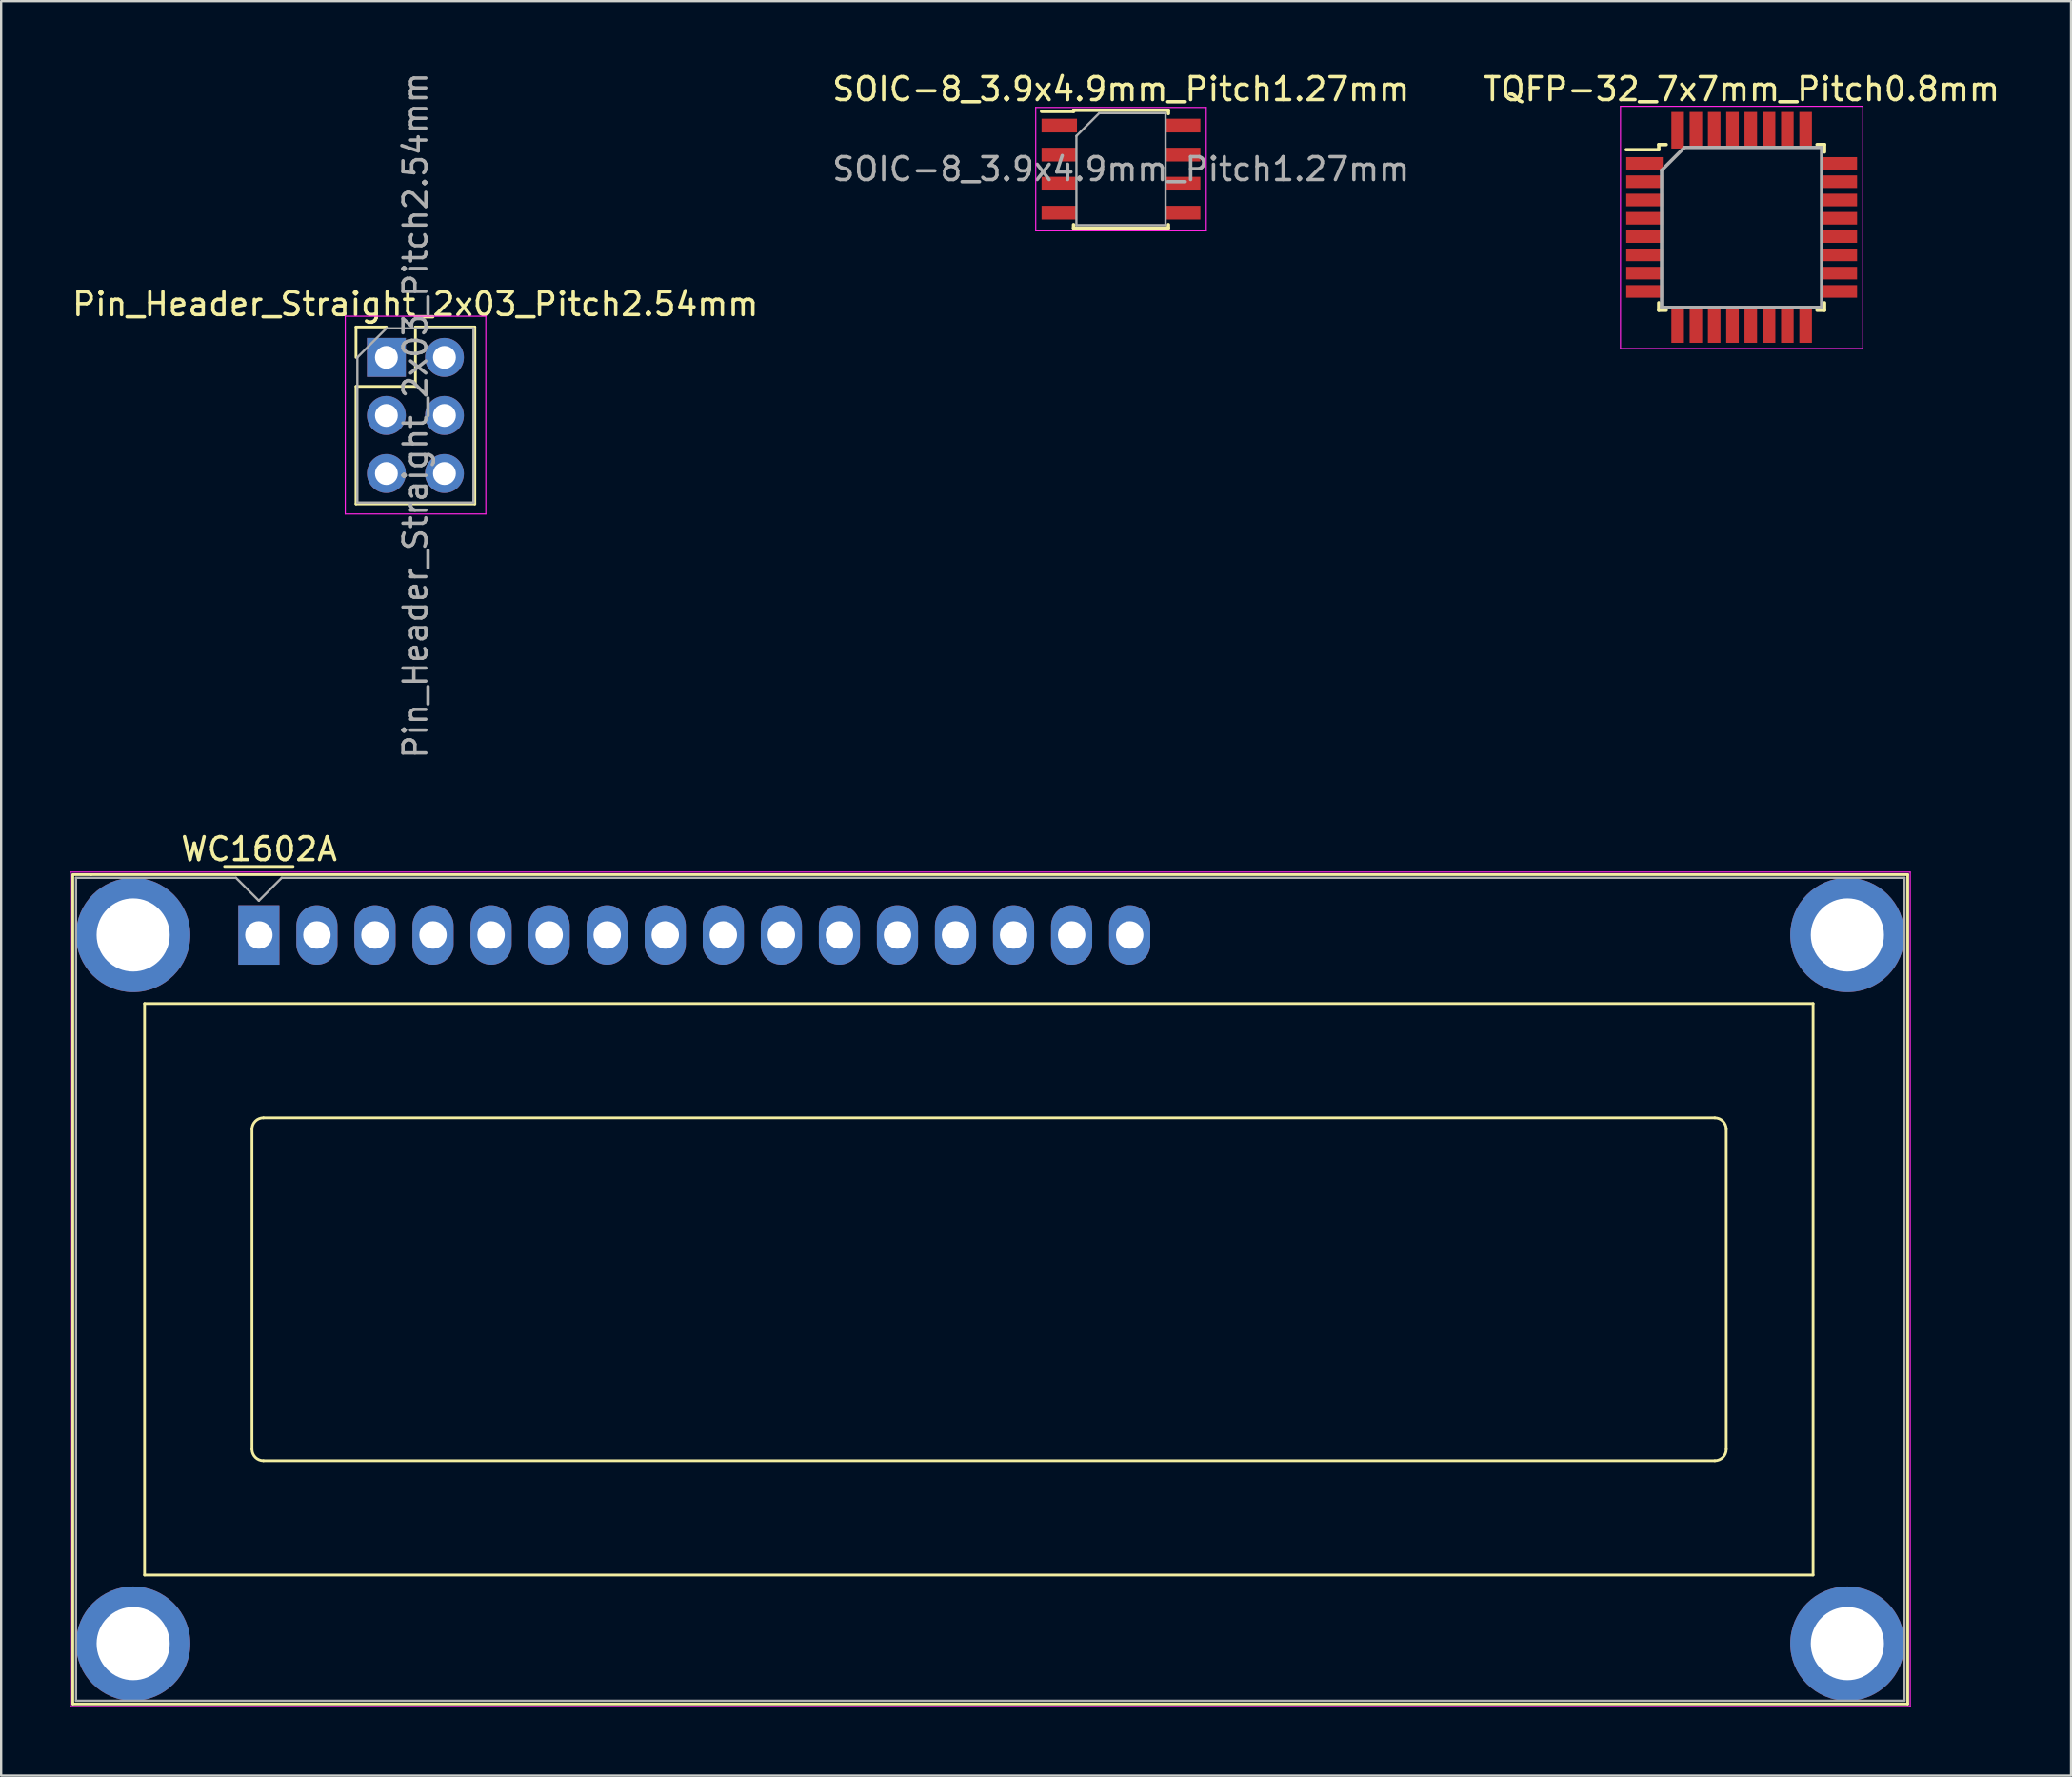
<source format=kicad_pcb>
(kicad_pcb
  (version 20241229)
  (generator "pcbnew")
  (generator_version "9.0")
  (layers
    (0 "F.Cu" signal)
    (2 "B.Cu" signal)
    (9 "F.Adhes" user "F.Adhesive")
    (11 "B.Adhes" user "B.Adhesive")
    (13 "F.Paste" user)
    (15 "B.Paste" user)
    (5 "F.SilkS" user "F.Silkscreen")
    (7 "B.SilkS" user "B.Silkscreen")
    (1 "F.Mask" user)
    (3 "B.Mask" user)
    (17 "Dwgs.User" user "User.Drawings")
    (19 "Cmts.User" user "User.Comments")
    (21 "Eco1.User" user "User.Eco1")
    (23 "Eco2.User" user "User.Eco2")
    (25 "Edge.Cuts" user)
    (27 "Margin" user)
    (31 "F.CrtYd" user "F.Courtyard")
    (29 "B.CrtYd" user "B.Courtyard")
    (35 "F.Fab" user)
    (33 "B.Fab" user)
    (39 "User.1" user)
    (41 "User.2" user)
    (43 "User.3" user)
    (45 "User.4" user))
  (footprint "TQFP-32_7x7mm_Pitch0.8mm"
    (layer "F.Cu")
    (at 73.149 6.898)
    (property "Reference" "TQFP-32_7x7mm_Pitch0.8mm" (at 0 -6.05 0) (layer "F.SilkS") (effects (font (size 1 1) (thickness 0.15))))
    (attr smd)
    (fp_line (start -3.625 -3.625) (end -3.625 -3.4) (stroke (width 0.15) (type solid)) (layer "F.SilkS"))
    (fp_line (start -3.625 -3.625) (end -3.3 -3.625) (stroke (width 0.15) (type solid)) (layer "F.SilkS"))
    (fp_line (start -3.625 -3.4) (end -5.05 -3.4) (stroke (width 0.15) (type solid)) (layer "F.SilkS"))
    (fp_line (start -3.625 3.625) (end -3.625 3.3) (stroke (width 0.15) (type solid)) (layer "F.SilkS"))
    (fp_line (start -3.625 3.625) (end -3.3 3.625) (stroke (width 0.15) (type solid)) (layer "F.SilkS"))
    (fp_line (start 3.625 -3.625) (end 3.3 -3.625) (stroke (width 0.15) (type solid)) (layer "F.SilkS"))
    (fp_line (start 3.625 -3.625) (end 3.625 -3.3) (stroke (width 0.15) (type solid)) (layer "F.SilkS"))
    (fp_line (start 3.625 3.625) (end 3.3 3.625) (stroke (width 0.15) (type solid)) (layer "F.SilkS"))
    (fp_line (start 3.625 3.625) (end 3.625 3.3) (stroke (width 0.15) (type solid)) (layer "F.SilkS"))
    (fp_line (start -5.3 -5.3) (end -5.3 5.3) (stroke (width 0.05) (type solid)) (layer "F.CrtYd"))
    (fp_line (start -5.3 -5.3) (end 5.3 -5.3) (stroke (width 0.05) (type solid)) (layer "F.CrtYd"))
    (fp_line (start -5.3 5.3) (end 5.3 5.3) (stroke (width 0.05) (type solid)) (layer "F.CrtYd"))
    (fp_line (start 5.3 -5.3) (end 5.3 5.3) (stroke (width 0.05) (type solid)) (layer "F.CrtYd"))
    (fp_line (start -3.5 -2.5) (end -2.5 -3.5) (stroke (width 0.15) (type solid)) (layer "F.Fab"))
    (fp_line (start -3.5 3.5) (end -3.5 -2.5) (stroke (width 0.15) (type solid)) (layer "F.Fab"))
    (fp_line (start -2.5 -3.5) (end 3.5 -3.5) (stroke (width 0.15) (type solid)) (layer "F.Fab"))
    (fp_line (start 3.5 -3.5) (end 3.5 3.5) (stroke (width 0.15) (type solid)) (layer "F.Fab"))
    (fp_line (start 3.5 3.5) (end -3.5 3.5) (stroke (width 0.15) (type solid)) (layer "F.Fab"))
    (pad "1" smd rect (at -4.25 -2.8) (size 1.6 0.55) (layers "F.Cu" "F.Mask" "F.Paste"))
    (pad "2" smd rect (at -4.25 -2) (size 1.6 0.55) (layers "F.Cu" "F.Mask" "F.Paste"))
    (pad "3" smd rect (at -4.25 -1.2) (size 1.6 0.55) (layers "F.Cu" "F.Mask" "F.Paste"))
    (pad "4" smd rect (at -4.25 -0.4) (size 1.6 0.55) (layers "F.Cu" "F.Mask" "F.Paste"))
    (pad "5" smd rect (at -4.25 0.4) (size 1.6 0.55) (layers "F.Cu" "F.Mask" "F.Paste"))
    (pad "6" smd rect (at -4.25 1.2) (size 1.6 0.55) (layers "F.Cu" "F.Mask" "F.Paste"))
    (pad "7" smd rect (at -4.25 2) (size 1.6 0.55) (layers "F.Cu" "F.Mask" "F.Paste"))
    (pad "8" smd rect (at -4.25 2.8) (size 1.6 0.55) (layers "F.Cu" "F.Mask" "F.Paste"))
    (pad "9" smd rect (at -2.8 4.25 90) (size 1.6 0.55) (layers "F.Cu" "F.Mask" "F.Paste"))
    (pad "10" smd rect (at -2 4.25 90) (size 1.6 0.55) (layers "F.Cu" "F.Mask" "F.Paste"))
    (pad "11" smd rect (at -1.2 4.25 90) (size 1.6 0.55) (layers "F.Cu" "F.Mask" "F.Paste"))
    (pad "12" smd rect (at -0.4 4.25 90) (size 1.6 0.55) (layers "F.Cu" "F.Mask" "F.Paste"))
    (pad "13" smd rect (at 0.4 4.25 90) (size 1.6 0.55) (layers "F.Cu" "F.Mask" "F.Paste"))
    (pad "14" smd rect (at 1.2 4.25 90) (size 1.6 0.55) (layers "F.Cu" "F.Mask" "F.Paste"))
    (pad "15" smd rect (at 2 4.25 90) (size 1.6 0.55) (layers "F.Cu" "F.Mask" "F.Paste"))
    (pad "16" smd rect (at 2.8 4.25 90) (size 1.6 0.55) (layers "F.Cu" "F.Mask" "F.Paste"))
    (pad "17" smd rect (at 4.25 2.8) (size 1.6 0.55) (layers "F.Cu" "F.Mask" "F.Paste"))
    (pad "18" smd rect (at 4.25 2) (size 1.6 0.55) (layers "F.Cu" "F.Mask" "F.Paste"))
    (pad "19" smd rect (at 4.25 1.2) (size 1.6 0.55) (layers "F.Cu" "F.Mask" "F.Paste"))
    (pad "20" smd rect (at 4.25 0.4) (size 1.6 0.55) (layers "F.Cu" "F.Mask" "F.Paste"))
    (pad "21" smd rect (at 4.25 -0.4) (size 1.6 0.55) (layers "F.Cu" "F.Mask" "F.Paste"))
    (pad "22" smd rect (at 4.25 -1.2) (size 1.6 0.55) (layers "F.Cu" "F.Mask" "F.Paste"))
    (pad "23" smd rect (at 4.25 -2) (size 1.6 0.55) (layers "F.Cu" "F.Mask" "F.Paste"))
    (pad "24" smd rect (at 4.25 -2.8) (size 1.6 0.55) (layers "F.Cu" "F.Mask" "F.Paste"))
    (pad "25" smd rect (at 2.8 -4.25 90) (size 1.6 0.55) (layers "F.Cu" "F.Mask" "F.Paste"))
    (pad "26" smd rect (at 2 -4.25 90) (size 1.6 0.55) (layers "F.Cu" "F.Mask" "F.Paste"))
    (pad "27" smd rect (at 1.2 -4.25 90) (size 1.6 0.55) (layers "F.Cu" "F.Mask" "F.Paste"))
    (pad "28" smd rect (at 0.4 -4.25 90) (size 1.6 0.55) (layers "F.Cu" "F.Mask" "F.Paste"))
    (pad "29" smd rect (at -0.4 -4.25 90) (size 1.6 0.55) (layers "F.Cu" "F.Mask" "F.Paste"))
    (pad "30" smd rect (at -1.2 -4.25 90) (size 1.6 0.55) (layers "F.Cu" "F.Mask" "F.Paste"))
    (pad "31" smd rect (at -2 -4.25 90) (size 1.6 0.55) (layers "F.Cu" "F.Mask" "F.Paste"))
    (pad "32" smd rect (at -2.8 -4.25 90) (size 1.6 0.55) (layers "F.Cu" "F.Mask" "F.Paste")))
  (footprint "Pin_Header_Straight_2x03_Pitch2.54mm"
    (layer "F.Cu")
    (at 13.855 12.585)
    (property "Reference" "Pin_Header_Straight_2x03_Pitch2.54mm" (at 1.27 -2.33 0) (layer "F.SilkS") (effects (font (size 1 1) (thickness 0.15))))
    (attr through_hole)
    (fp_line (start -1.33 -1.33) (end 0 -1.33) (stroke (width 0.12) (type solid)) (layer "F.SilkS"))
    (fp_line (start -1.33 0) (end -1.33 -1.33) (stroke (width 0.12) (type solid)) (layer "F.SilkS"))
    (fp_line (start -1.33 1.27) (end -1.33 6.41) (stroke (width 0.12) (type solid)) (layer "F.SilkS"))
    (fp_line (start -1.33 1.27) (end 1.27 1.27) (stroke (width 0.12) (type solid)) (layer "F.SilkS"))
    (fp_line (start -1.33 6.41) (end 3.87 6.41) (stroke (width 0.12) (type solid)) (layer "F.SilkS"))
    (fp_line (start 1.27 -1.33) (end 3.87 -1.33) (stroke (width 0.12) (type solid)) (layer "F.SilkS"))
    (fp_line (start 1.27 1.27) (end 1.27 -1.33) (stroke (width 0.12) (type solid)) (layer "F.SilkS"))
    (fp_line (start 3.87 -1.33) (end 3.87 6.41) (stroke (width 0.12) (type solid)) (layer "F.SilkS"))
    (fp_line (start -1.8 -1.8) (end -1.8 6.85) (stroke (width 0.05) (type solid)) (layer "F.CrtYd"))
    (fp_line (start -1.8 6.85) (end 4.35 6.85) (stroke (width 0.05) (type solid)) (layer "F.CrtYd"))
    (fp_line (start 4.35 -1.8) (end -1.8 -1.8) (stroke (width 0.05) (type solid)) (layer "F.CrtYd"))
    (fp_line (start 4.35 6.85) (end 4.35 -1.8) (stroke (width 0.05) (type solid)) (layer "F.CrtYd"))
    (fp_line (start -1.27 0) (end 0 -1.27) (stroke (width 0.1) (type solid)) (layer "F.Fab"))
    (fp_line (start -1.27 6.35) (end -1.27 0) (stroke (width 0.1) (type solid)) (layer "F.Fab"))
    (fp_line (start 0 -1.27) (end 3.81 -1.27) (stroke (width 0.1) (type solid)) (layer "F.Fab"))
    (fp_line (start 3.81 -1.27) (end 3.81 6.35) (stroke (width 0.1) (type solid)) (layer "F.Fab"))
    (fp_line (start 3.81 6.35) (end -1.27 6.35) (stroke (width 0.1) (type solid)) (layer "F.Fab"))
    (fp_text user "${REFERENCE}" (at 1.27 2.54 90) (layer "F.Fab") (effects (font (size 1 1) (thickness 0.15))))
    (pad "1" thru_hole rect (at 0 0) (size 1.7 1.7) (drill 1) (layers "*.Cu" "*.Mask"))
    (pad "2" thru_hole oval (at 2.54 0) (size 1.7 1.7) (drill 1) (layers "*.Cu" "*.Mask"))
    (pad "3" thru_hole oval (at 0 2.54) (size 1.7 1.7) (drill 1) (layers "*.Cu" "*.Mask"))
    (pad "4" thru_hole oval (at 2.54 2.54) (size 1.7 1.7) (drill 1) (layers "*.Cu" "*.Mask"))
    (pad "5" thru_hole oval (at 0 5.08) (size 1.7 1.7) (drill 1) (layers "*.Cu" "*.Mask"))
    (pad "6" thru_hole oval (at 2.54 5.08) (size 1.7 1.7) (drill 1) (layers "*.Cu" "*.Mask")))
  (footprint "WC1602A"
    (layer "F.Cu")
    (at 8.275 37.853)
    (property "Reference" "WC1602A" (at 0.01 -3.755 0) (layer "F.SilkS") (effects (font (size 1 1) (thickness 0.15))))
    (attr through_hole)
    (fp_line (start -8.14 -2.64) (end -8.14 33.64) (stroke (width 0.12) (type solid)) (layer "F.SilkS"))
    (fp_line (start -8.14 33.64) (end 72.14 33.64) (stroke (width 0.12) (type solid)) (layer "F.SilkS"))
    (fp_line (start -8.13 -2.64) (end -7.34 -2.64) (stroke (width 0.12) (type solid)) (layer "F.SilkS"))
    (fp_line (start -5 3) (end 68 3) (stroke (width 0.12) (type solid)) (layer "F.SilkS"))
    (fp_line (start -5 28) (end -5 3) (stroke (width 0.12) (type solid)) (layer "F.SilkS"))
    (fp_line (start -1.5 -3) (end 1.5 -3) (stroke (width 0.12) (type solid)) (layer "F.SilkS"))
    (fp_line (start -0.3 22.499) (end -0.3 8.5) (stroke (width 0.12) (type solid)) (layer "F.SilkS"))
    (fp_line (start 0.2 8) (end 63.7 8) (stroke (width 0.12) (type solid)) (layer "F.SilkS"))
    (fp_line (start 63.701 23) (end 0.2 23) (stroke (width 0.12) (type solid)) (layer "F.SilkS"))
    (fp_line (start 64.2 8.5) (end 64.2 22.5) (stroke (width 0.12) (type solid)) (layer "F.SilkS"))
    (fp_line (start 68 3) (end 68 28) (stroke (width 0.12) (type solid)) (layer "F.SilkS"))
    (fp_line (start 68 28) (end -5 28) (stroke (width 0.12) (type solid)) (layer "F.SilkS"))
    (fp_line (start 72.14 -2.64) (end -7.34 -2.64) (stroke (width 0.12) (type solid)) (layer "F.SilkS"))
    (fp_line (start 72.14 33.64) (end 72.14 -2.64) (stroke (width 0.12) (type solid)) (layer "F.SilkS"))
    (fp_arc (start -0.29972 8.49884) (mid -0.153162 8.145018) (end 0.20066 7.99846) (stroke (width 0.12) (type solid)) (layer "F.SilkS"))
    (fp_arc (start 0.20066 22.9997) (mid -0.153162 22.853142) (end -0.29972 22.49932) (stroke (width 0.12) (type solid)) (layer "F.SilkS"))
    (fp_arc (start 63.7 8) (mid 64.053553 8.146447) (end 64.2 8.5) (stroke (width 0.12) (type solid)) (layer "F.SilkS"))
    (fp_arc (start 64.20104 22.49932) (mid 64.054482 22.853142) (end 63.70066 22.9997) (stroke (width 0.12) (type solid)) (layer "F.SilkS"))
    (fp_line (start -8.25 -2.75) (end -8.25 33.75) (stroke (width 0.05) (type solid)) (layer "F.CrtYd"))
    (fp_line (start -8.25 -2.75) (end 72.25 -2.75) (stroke (width 0.05) (type solid)) (layer "F.CrtYd"))
    (fp_line (start -8.25 33.75) (end 72.25 33.75) (stroke (width 0.05) (type solid)) (layer "F.CrtYd"))
    (fp_line (start 72.25 -2.75) (end 72.25 33.75) (stroke (width 0.05) (type solid)) (layer "F.CrtYd"))
    (fp_line (start -8 33.5) (end -8 -2.5) (stroke (width 0.1) (type solid)) (layer "F.Fab"))
    (fp_line (start -1 -2.5) (end -8 -2.5) (stroke (width 0.1) (type solid)) (layer "F.Fab"))
    (fp_line (start 0 -1.5) (end -1 -2.5) (stroke (width 0.1) (type solid)) (layer "F.Fab"))
    (fp_line (start 1 -2.5) (end 0 -1.5) (stroke (width 0.1) (type solid)) (layer "F.Fab"))
    (fp_line (start 1 -2.5) (end 72 -2.5) (stroke (width 0.1) (type solid)) (layer "F.Fab"))
    (fp_line (start 72 -2.5) (end 72 33.5) (stroke (width 0.1) (type solid)) (layer "F.Fab"))
    (fp_line (start 72 33.5) (end -8 33.5) (stroke (width 0.1) (type solid)) (layer "F.Fab"))
    (pad "" thru_hole circle (at -5.499 0) (size 5 5) (drill 3.2) (layers "*.Cu" "*.Mask"))
    (pad "" thru_hole circle (at -5.499 31.001) (size 5 5) (drill 3.2) (layers "*.Cu" "*.Mask"))
    (pad "" thru_hole circle (at 69.499 31.001) (size 5 5) (drill 3.2) (layers "*.Cu" "*.Mask"))
    (pad "" thru_hole circle (at 69.5 0) (size 5 5) (drill 3.2) (layers "*.Cu" "*.Mask"))
    (pad "1" thru_hole rect (at 0 0) (size 1.8 2.6) (drill 1.2) (layers "*.Cu" "*.Mask"))
    (pad "2" thru_hole oval (at 2.54 0) (size 1.8 2.6) (drill 1.2) (layers "*.Cu" "*.Mask"))
    (pad "3" thru_hole oval (at 5.08 0) (size 1.8 2.6) (drill 1.2) (layers "*.Cu" "*.Mask"))
    (pad "4" thru_hole oval (at 7.62 0) (size 1.8 2.6) (drill 1.2) (layers "*.Cu" "*.Mask"))
    (pad "5" thru_hole oval (at 10.16 0) (size 1.8 2.6) (drill 1.2) (layers "*.Cu" "*.Mask"))
    (pad "6" thru_hole oval (at 12.7 0) (size 1.8 2.6) (drill 1.2) (layers "*.Cu" "*.Mask"))
    (pad "7" thru_hole oval (at 15.24 0) (size 1.8 2.6) (drill 1.2) (layers "*.Cu" "*.Mask"))
    (pad "8" thru_hole oval (at 17.78 0) (size 1.8 2.6) (drill 1.2) (layers "*.Cu" "*.Mask"))
    (pad "9" thru_hole oval (at 20.32 0) (size 1.8 2.6) (drill 1.2) (layers "*.Cu" "*.Mask"))
    (pad "10" thru_hole oval (at 22.86 0) (size 1.8 2.6) (drill 1.2) (layers "*.Cu" "*.Mask"))
    (pad "11" thru_hole oval (at 25.4 0) (size 1.8 2.6) (drill 1.2) (layers "*.Cu" "*.Mask"))
    (pad "12" thru_hole oval (at 27.94 0) (size 1.8 2.6) (drill 1.2) (layers "*.Cu" "*.Mask"))
    (pad "13" thru_hole oval (at 30.48 0) (size 1.8 2.6) (drill 1.2) (layers "*.Cu" "*.Mask"))
    (pad "14" thru_hole oval (at 33.02 0) (size 1.8 2.6) (drill 1.2) (layers "*.Cu" "*.Mask"))
    (pad "15" thru_hole oval (at 35.56 0) (size 1.8 2.6) (drill 1.2) (layers "*.Cu" "*.Mask"))
    (pad "16" thru_hole oval (at 38.1 0) (size 1.8 2.6) (drill 1.2) (layers "*.Cu" "*.Mask")))
  (footprint "SOIC-8_3.9x4.9mm_Pitch1.27mm"
    (layer "F.Cu")
    (at 45.994 4.348)
    (property "Reference" "SOIC-8_3.9x4.9mm_Pitch1.27mm" (at 0 -3.5 0) (layer "F.SilkS") (effects (font (size 1 1) (thickness 0.15))))
    (attr smd)
    (fp_line (start -2.075 -2.575) (end -2.075 -2.525) (stroke (width 0.15) (type solid)) (layer "F.SilkS"))
    (fp_line (start -2.075 -2.575) (end 2.075 -2.575) (stroke (width 0.15) (type solid)) (layer "F.SilkS"))
    (fp_line (start -2.075 -2.525) (end -3.475 -2.525) (stroke (width 0.15) (type solid)) (layer "F.SilkS"))
    (fp_line (start -2.075 2.575) (end -2.075 2.43) (stroke (width 0.15) (type solid)) (layer "F.SilkS"))
    (fp_line (start -2.075 2.575) (end 2.075 2.575) (stroke (width 0.15) (type solid)) (layer "F.SilkS"))
    (fp_line (start 2.075 -2.575) (end 2.075 -2.43) (stroke (width 0.15) (type solid)) (layer "F.SilkS"))
    (fp_line (start 2.075 2.575) (end 2.075 2.43) (stroke (width 0.15) (type solid)) (layer "F.SilkS"))
    (fp_line (start -3.73 -2.7) (end -3.73 2.7) (stroke (width 0.05) (type solid)) (layer "F.CrtYd"))
    (fp_line (start -3.73 -2.7) (end 3.73 -2.7) (stroke (width 0.05) (type solid)) (layer "F.CrtYd"))
    (fp_line (start -3.73 2.7) (end 3.73 2.7) (stroke (width 0.05) (type solid)) (layer "F.CrtYd"))
    (fp_line (start 3.73 -2.7) (end 3.73 2.7) (stroke (width 0.05) (type solid)) (layer "F.CrtYd"))
    (fp_line (start -1.95 -1.45) (end -0.95 -2.45) (stroke (width 0.1) (type solid)) (layer "F.Fab"))
    (fp_line (start -1.95 2.45) (end -1.95 -1.45) (stroke (width 0.1) (type solid)) (layer "F.Fab"))
    (fp_line (start -0.95 -2.45) (end 1.95 -2.45) (stroke (width 0.1) (type solid)) (layer "F.Fab"))
    (fp_line (start 1.95 -2.45) (end 1.95 2.45) (stroke (width 0.1) (type solid)) (layer "F.Fab"))
    (fp_line (start 1.95 2.45) (end -1.95 2.45) (stroke (width 0.1) (type solid)) (layer "F.Fab"))
    (fp_text user "${REFERENCE}" (at 0 0 0) (layer "F.Fab") (effects (font (size 1 1) (thickness 0.15))))
    (pad "1" smd rect (at -2.7 -1.905) (size 1.55 0.6) (layers "F.Cu" "F.Mask" "F.Paste"))
    (pad "2" smd rect (at -2.7 -0.635) (size 1.55 0.6) (layers "F.Cu" "F.Mask" "F.Paste"))
    (pad "3" smd rect (at -2.7 0.635) (size 1.55 0.6) (layers "F.Cu" "F.Mask" "F.Paste"))
    (pad "4" smd rect (at -2.7 1.905) (size 1.55 0.6) (layers "F.Cu" "F.Mask" "F.Paste"))
    (pad "5" smd rect (at 2.7 1.905) (size 1.55 0.6) (layers "F.Cu" "F.Mask" "F.Paste"))
    (pad "6" smd rect (at 2.7 0.635) (size 1.55 0.6) (layers "F.Cu" "F.Mask" "F.Paste"))
    (pad "7" smd rect (at 2.7 -0.635) (size 1.55 0.6) (layers "F.Cu" "F.Mask" "F.Paste"))
    (pad "8" smd rect (at 2.7 -1.905) (size 1.55 0.6) (layers "F.Cu" "F.Mask" "F.Paste")))
  (gr_rect
    (start -3 -3)
    (end 87.56 74.628)
    (stroke (width 0.1) (type default))
    (fill no)
    (layer "Edge.Cuts")))
</source>
